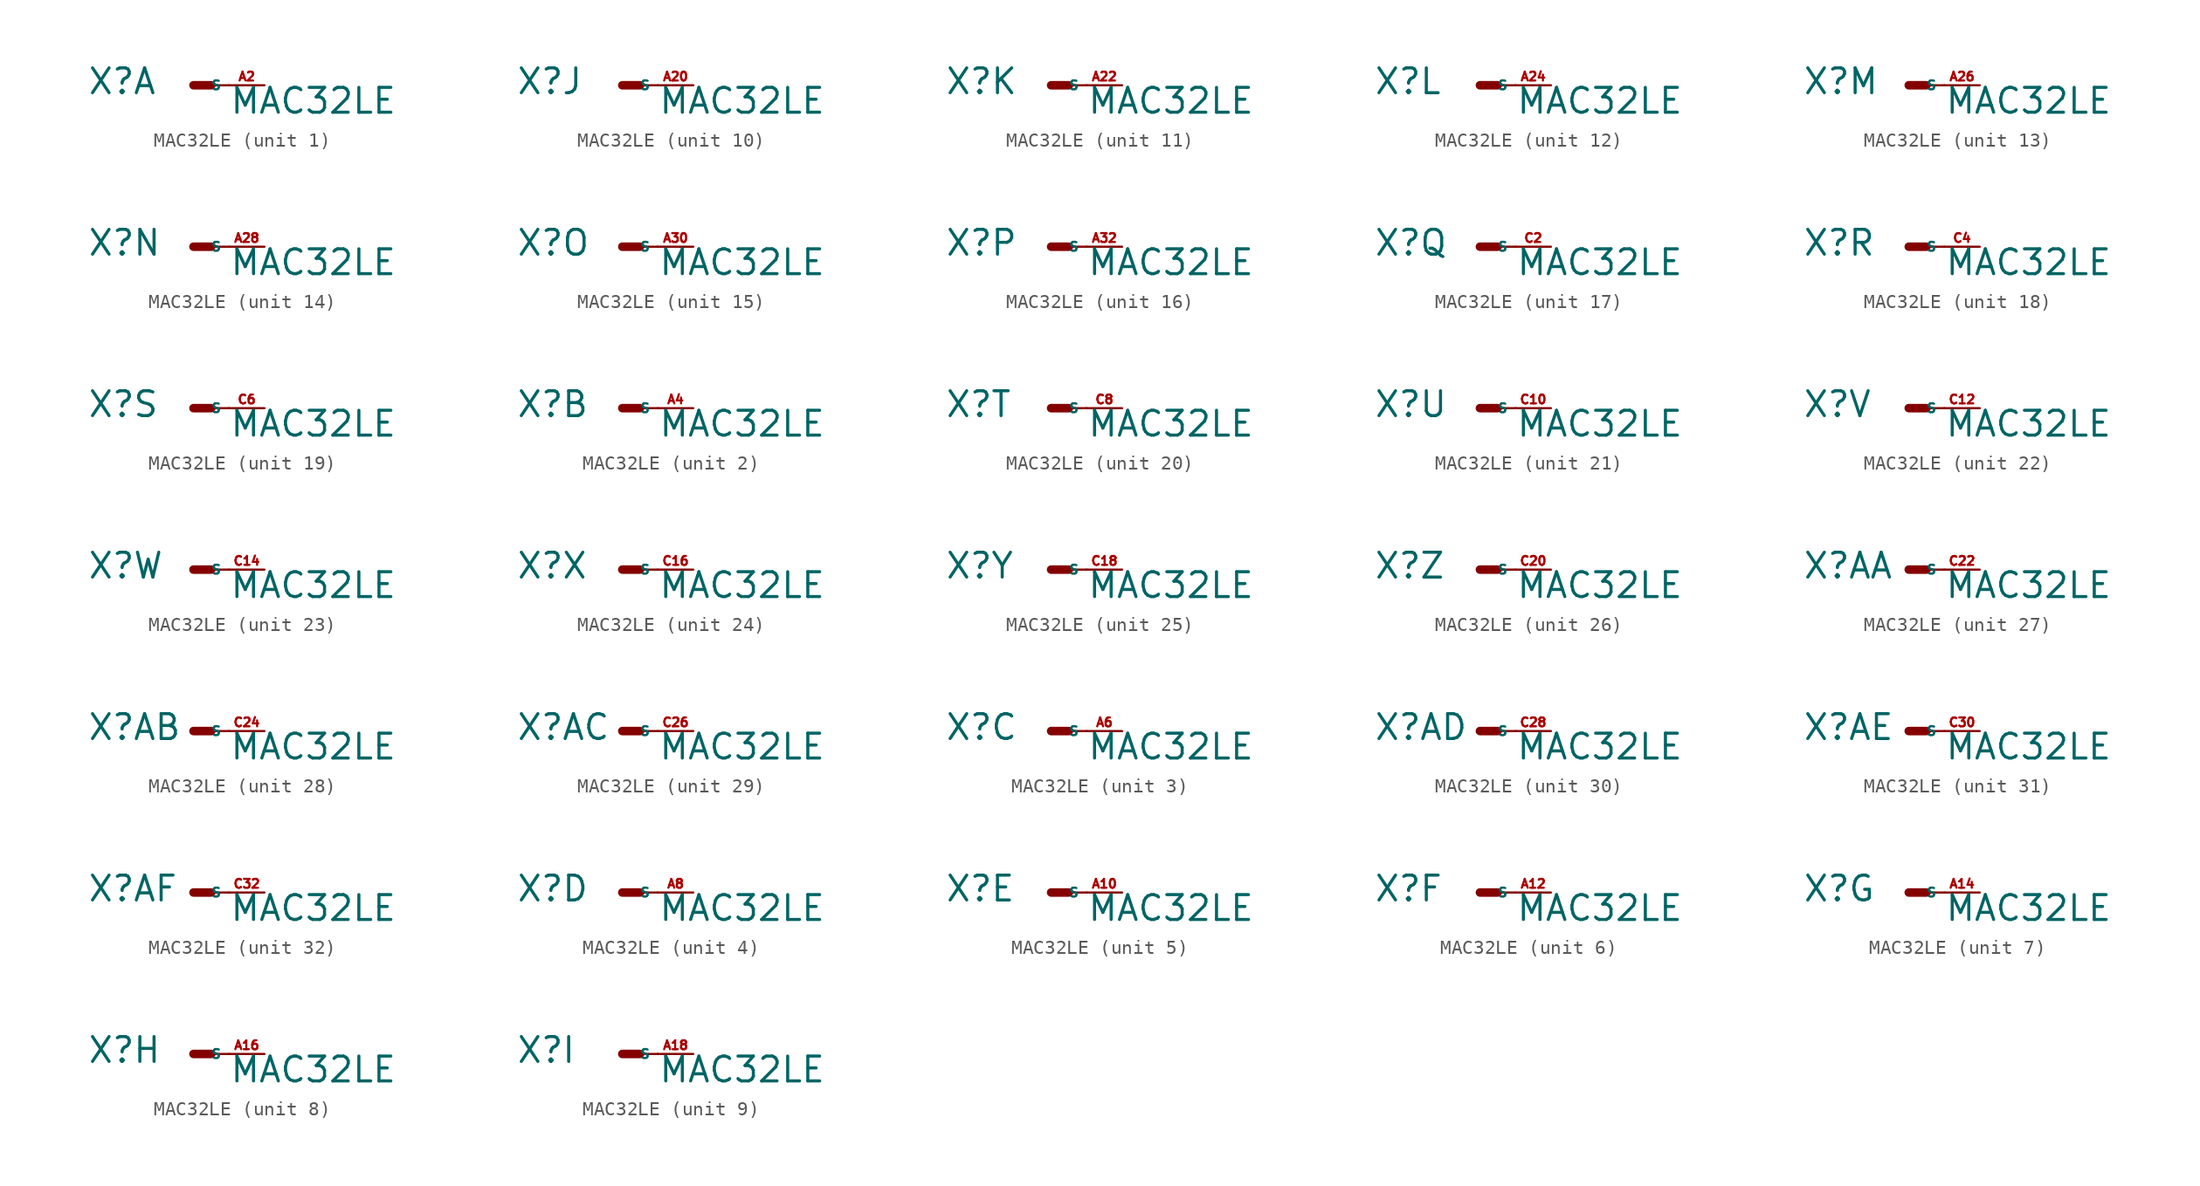
<source format=kicad_sym>
(kicad_symbol_lib
  (version 20220914)
  (generator Eagle2Kicad)
  (symbol "MAC32LE"
    (property "Reference" "X"
      (at -7.62 -0.762 0)
      (effects (font (size 1.778 1.778) (thickness 0.22)) (justify left bottom)))
    (property "Value" "MAC32LE"
      (at 2.54 -2.159 0)
      (effects (font (size 1.778 1.778) (thickness 0.22)) (justify left bottom)))
    (symbol "MAC32LE_1_0"
      (polyline (pts (xy 0 0) (xy 1.27 0)) (stroke (width 0.61) (type default)) (fill (type none)))
      (polyline (pts (xy 2.54 0) (xy 1.27 0)) (stroke (width 0.152) (type default)) (fill (type none)))
      (pin passive line (at 5.08 0 180) (length 2.54) (name "S" (effects (font (size 0.635 0.635) (thickness 0.08)) (justify left bottom))) (number "A2" (effects (font (size 0.635 0.635) (thickness 0.08)) (justify left bottom)))))
    (symbol "MAC32LE_2_0"
      (polyline (pts (xy 0 0) (xy 1.27 0)) (stroke (width 0.61) (type default)) (fill (type none)))
      (polyline (pts (xy 2.54 0) (xy 1.27 0)) (stroke (width 0.152) (type default)) (fill (type none)))
      (pin passive line (at 5.08 0 180) (length 2.54) (name "S" (effects (font (size 0.635 0.635) (thickness 0.08)) (justify left bottom))) (number "A4" (effects (font (size 0.635 0.635) (thickness 0.08)) (justify left bottom)))))
    (symbol "MAC32LE_3_0"
      (polyline (pts (xy 0 0) (xy 1.27 0)) (stroke (width 0.61) (type default)) (fill (type none)))
      (polyline (pts (xy 2.54 0) (xy 1.27 0)) (stroke (width 0.152) (type default)) (fill (type none)))
      (pin passive line (at 5.08 0 180) (length 2.54) (name "S" (effects (font (size 0.635 0.635) (thickness 0.08)) (justify left bottom))) (number "A6" (effects (font (size 0.635 0.635) (thickness 0.08)) (justify left bottom)))))
    (symbol "MAC32LE_4_0"
      (polyline (pts (xy 0 0) (xy 1.27 0)) (stroke (width 0.61) (type default)) (fill (type none)))
      (polyline (pts (xy 2.54 0) (xy 1.27 0)) (stroke (width 0.152) (type default)) (fill (type none)))
      (pin passive line (at 5.08 0 180) (length 2.54) (name "S" (effects (font (size 0.635 0.635) (thickness 0.08)) (justify left bottom))) (number "A8" (effects (font (size 0.635 0.635) (thickness 0.08)) (justify left bottom)))))
    (symbol "MAC32LE_5_0"
      (polyline (pts (xy 0 0) (xy 1.27 0)) (stroke (width 0.61) (type default)) (fill (type none)))
      (polyline (pts (xy 2.54 0) (xy 1.27 0)) (stroke (width 0.152) (type default)) (fill (type none)))
      (pin passive line (at 5.08 0 180) (length 2.54) (name "S" (effects (font (size 0.635 0.635) (thickness 0.08)) (justify left bottom))) (number "A10" (effects (font (size 0.635 0.635) (thickness 0.08)) (justify left bottom)))))
    (symbol "MAC32LE_6_0"
      (polyline (pts (xy 0 0) (xy 1.27 0)) (stroke (width 0.61) (type default)) (fill (type none)))
      (polyline (pts (xy 2.54 0) (xy 1.27 0)) (stroke (width 0.152) (type default)) (fill (type none)))
      (pin passive line (at 5.08 0 180) (length 2.54) (name "S" (effects (font (size 0.635 0.635) (thickness 0.08)) (justify left bottom))) (number "A12" (effects (font (size 0.635 0.635) (thickness 0.08)) (justify left bottom)))))
    (symbol "MAC32LE_7_0"
      (polyline (pts (xy 0 0) (xy 1.27 0)) (stroke (width 0.61) (type default)) (fill (type none)))
      (polyline (pts (xy 2.54 0) (xy 1.27 0)) (stroke (width 0.152) (type default)) (fill (type none)))
      (pin passive line (at 5.08 0 180) (length 2.54) (name "S" (effects (font (size 0.635 0.635) (thickness 0.08)) (justify left bottom))) (number "A14" (effects (font (size 0.635 0.635) (thickness 0.08)) (justify left bottom)))))
    (symbol "MAC32LE_8_0"
      (polyline (pts (xy 0 0) (xy 1.27 0)) (stroke (width 0.61) (type default)) (fill (type none)))
      (polyline (pts (xy 2.54 0) (xy 1.27 0)) (stroke (width 0.152) (type default)) (fill (type none)))
      (pin passive line (at 5.08 0 180) (length 2.54) (name "S" (effects (font (size 0.635 0.635) (thickness 0.08)) (justify left bottom))) (number "A16" (effects (font (size 0.635 0.635) (thickness 0.08)) (justify left bottom)))))
    (symbol "MAC32LE_9_0"
      (polyline (pts (xy 0 0) (xy 1.27 0)) (stroke (width 0.61) (type default)) (fill (type none)))
      (polyline (pts (xy 2.54 0) (xy 1.27 0)) (stroke (width 0.152) (type default)) (fill (type none)))
      (pin passive line (at 5.08 0 180) (length 2.54) (name "S" (effects (font (size 0.635 0.635) (thickness 0.08)) (justify left bottom))) (number "A18" (effects (font (size 0.635 0.635) (thickness 0.08)) (justify left bottom)))))
    (symbol "MAC32LE_10_0"
      (polyline (pts (xy 0 0) (xy 1.27 0)) (stroke (width 0.61) (type default)) (fill (type none)))
      (polyline (pts (xy 2.54 0) (xy 1.27 0)) (stroke (width 0.152) (type default)) (fill (type none)))
      (pin passive line (at 5.08 0 180) (length 2.54) (name "S" (effects (font (size 0.635 0.635) (thickness 0.08)) (justify left bottom))) (number "A20" (effects (font (size 0.635 0.635) (thickness 0.08)) (justify left bottom)))))
    (symbol "MAC32LE_11_0"
      (polyline (pts (xy 0 0) (xy 1.27 0)) (stroke (width 0.61) (type default)) (fill (type none)))
      (polyline (pts (xy 2.54 0) (xy 1.27 0)) (stroke (width 0.152) (type default)) (fill (type none)))
      (pin passive line (at 5.08 0 180) (length 2.54) (name "S" (effects (font (size 0.635 0.635) (thickness 0.08)) (justify left bottom))) (number "A22" (effects (font (size 0.635 0.635) (thickness 0.08)) (justify left bottom)))))
    (symbol "MAC32LE_12_0"
      (polyline (pts (xy 0 0) (xy 1.27 0)) (stroke (width 0.61) (type default)) (fill (type none)))
      (polyline (pts (xy 2.54 0) (xy 1.27 0)) (stroke (width 0.152) (type default)) (fill (type none)))
      (pin passive line (at 5.08 0 180) (length 2.54) (name "S" (effects (font (size 0.635 0.635) (thickness 0.08)) (justify left bottom))) (number "A24" (effects (font (size 0.635 0.635) (thickness 0.08)) (justify left bottom)))))
    (symbol "MAC32LE_13_0"
      (polyline (pts (xy 0 0) (xy 1.27 0)) (stroke (width 0.61) (type default)) (fill (type none)))
      (polyline (pts (xy 2.54 0) (xy 1.27 0)) (stroke (width 0.152) (type default)) (fill (type none)))
      (pin passive line (at 5.08 0 180) (length 2.54) (name "S" (effects (font (size 0.635 0.635) (thickness 0.08)) (justify left bottom))) (number "A26" (effects (font (size 0.635 0.635) (thickness 0.08)) (justify left bottom)))))
    (symbol "MAC32LE_14_0"
      (polyline (pts (xy 0 0) (xy 1.27 0)) (stroke (width 0.61) (type default)) (fill (type none)))
      (polyline (pts (xy 2.54 0) (xy 1.27 0)) (stroke (width 0.152) (type default)) (fill (type none)))
      (pin passive line (at 5.08 0 180) (length 2.54) (name "S" (effects (font (size 0.635 0.635) (thickness 0.08)) (justify left bottom))) (number "A28" (effects (font (size 0.635 0.635) (thickness 0.08)) (justify left bottom)))))
    (symbol "MAC32LE_15_0"
      (polyline (pts (xy 0 0) (xy 1.27 0)) (stroke (width 0.61) (type default)) (fill (type none)))
      (polyline (pts (xy 2.54 0) (xy 1.27 0)) (stroke (width 0.152) (type default)) (fill (type none)))
      (pin passive line (at 5.08 0 180) (length 2.54) (name "S" (effects (font (size 0.635 0.635) (thickness 0.08)) (justify left bottom))) (number "A30" (effects (font (size 0.635 0.635) (thickness 0.08)) (justify left bottom)))))
    (symbol "MAC32LE_16_0"
      (polyline (pts (xy 0 0) (xy 1.27 0)) (stroke (width 0.61) (type default)) (fill (type none)))
      (polyline (pts (xy 2.54 0) (xy 1.27 0)) (stroke (width 0.152) (type default)) (fill (type none)))
      (pin passive line (at 5.08 0 180) (length 2.54) (name "S" (effects (font (size 0.635 0.635) (thickness 0.08)) (justify left bottom))) (number "A32" (effects (font (size 0.635 0.635) (thickness 0.08)) (justify left bottom)))))
    (symbol "MAC32LE_17_0"
      (polyline (pts (xy 0 0) (xy 1.27 0)) (stroke (width 0.61) (type default)) (fill (type none)))
      (polyline (pts (xy 2.54 0) (xy 1.27 0)) (stroke (width 0.152) (type default)) (fill (type none)))
      (pin passive line (at 5.08 0 180) (length 2.54) (name "S" (effects (font (size 0.635 0.635) (thickness 0.08)) (justify left bottom))) (number "C2" (effects (font (size 0.635 0.635) (thickness 0.08)) (justify left bottom)))))
    (symbol "MAC32LE_18_0"
      (polyline (pts (xy 0 0) (xy 1.27 0)) (stroke (width 0.61) (type default)) (fill (type none)))
      (polyline (pts (xy 2.54 0) (xy 1.27 0)) (stroke (width 0.152) (type default)) (fill (type none)))
      (pin passive line (at 5.08 0 180) (length 2.54) (name "S" (effects (font (size 0.635 0.635) (thickness 0.08)) (justify left bottom))) (number "C4" (effects (font (size 0.635 0.635) (thickness 0.08)) (justify left bottom)))))
    (symbol "MAC32LE_19_0"
      (polyline (pts (xy 0 0) (xy 1.27 0)) (stroke (width 0.61) (type default)) (fill (type none)))
      (polyline (pts (xy 2.54 0) (xy 1.27 0)) (stroke (width 0.152) (type default)) (fill (type none)))
      (pin passive line (at 5.08 0 180) (length 2.54) (name "S" (effects (font (size 0.635 0.635) (thickness 0.08)) (justify left bottom))) (number "C6" (effects (font (size 0.635 0.635) (thickness 0.08)) (justify left bottom)))))
    (symbol "MAC32LE_20_0"
      (polyline (pts (xy 0 0) (xy 1.27 0)) (stroke (width 0.61) (type default)) (fill (type none)))
      (polyline (pts (xy 2.54 0) (xy 1.27 0)) (stroke (width 0.152) (type default)) (fill (type none)))
      (pin passive line (at 5.08 0 180) (length 2.54) (name "S" (effects (font (size 0.635 0.635) (thickness 0.08)) (justify left bottom))) (number "C8" (effects (font (size 0.635 0.635) (thickness 0.08)) (justify left bottom)))))
    (symbol "MAC32LE_21_0"
      (polyline (pts (xy 0 0) (xy 1.27 0)) (stroke (width 0.61) (type default)) (fill (type none)))
      (polyline (pts (xy 2.54 0) (xy 1.27 0)) (stroke (width 0.152) (type default)) (fill (type none)))
      (pin passive line (at 5.08 0 180) (length 2.54) (name "S" (effects (font (size 0.635 0.635) (thickness 0.08)) (justify left bottom))) (number "C10" (effects (font (size 0.635 0.635) (thickness 0.08)) (justify left bottom)))))
    (symbol "MAC32LE_22_0"
      (polyline (pts (xy 0 0) (xy 1.27 0)) (stroke (width 0.61) (type default)) (fill (type none)))
      (polyline (pts (xy 2.54 0) (xy 1.27 0)) (stroke (width 0.152) (type default)) (fill (type none)))
      (pin passive line (at 5.08 0 180) (length 2.54) (name "S" (effects (font (size 0.635 0.635) (thickness 0.08)) (justify left bottom))) (number "C12" (effects (font (size 0.635 0.635) (thickness 0.08)) (justify left bottom)))))
    (symbol "MAC32LE_23_0"
      (polyline (pts (xy 0 0) (xy 1.27 0)) (stroke (width 0.61) (type default)) (fill (type none)))
      (polyline (pts (xy 2.54 0) (xy 1.27 0)) (stroke (width 0.152) (type default)) (fill (type none)))
      (pin passive line (at 5.08 0 180) (length 2.54) (name "S" (effects (font (size 0.635 0.635) (thickness 0.08)) (justify left bottom))) (number "C14" (effects (font (size 0.635 0.635) (thickness 0.08)) (justify left bottom)))))
    (symbol "MAC32LE_24_0"
      (polyline (pts (xy 0 0) (xy 1.27 0)) (stroke (width 0.61) (type default)) (fill (type none)))
      (polyline (pts (xy 2.54 0) (xy 1.27 0)) (stroke (width 0.152) (type default)) (fill (type none)))
      (pin passive line (at 5.08 0 180) (length 2.54) (name "S" (effects (font (size 0.635 0.635) (thickness 0.08)) (justify left bottom))) (number "C16" (effects (font (size 0.635 0.635) (thickness 0.08)) (justify left bottom)))))
    (symbol "MAC32LE_25_0"
      (polyline (pts (xy 0 0) (xy 1.27 0)) (stroke (width 0.61) (type default)) (fill (type none)))
      (polyline (pts (xy 2.54 0) (xy 1.27 0)) (stroke (width 0.152) (type default)) (fill (type none)))
      (pin passive line (at 5.08 0 180) (length 2.54) (name "S" (effects (font (size 0.635 0.635) (thickness 0.08)) (justify left bottom))) (number "C18" (effects (font (size 0.635 0.635) (thickness 0.08)) (justify left bottom)))))
    (symbol "MAC32LE_26_0"
      (polyline (pts (xy 0 0) (xy 1.27 0)) (stroke (width 0.61) (type default)) (fill (type none)))
      (polyline (pts (xy 2.54 0) (xy 1.27 0)) (stroke (width 0.152) (type default)) (fill (type none)))
      (pin passive line (at 5.08 0 180) (length 2.54) (name "S" (effects (font (size 0.635 0.635) (thickness 0.08)) (justify left bottom))) (number "C20" (effects (font (size 0.635 0.635) (thickness 0.08)) (justify left bottom)))))
    (symbol "MAC32LE_27_0"
      (polyline (pts (xy 0 0) (xy 1.27 0)) (stroke (width 0.61) (type default)) (fill (type none)))
      (polyline (pts (xy 2.54 0) (xy 1.27 0)) (stroke (width 0.152) (type default)) (fill (type none)))
      (pin passive line (at 5.08 0 180) (length 2.54) (name "S" (effects (font (size 0.635 0.635) (thickness 0.08)) (justify left bottom))) (number "C22" (effects (font (size 0.635 0.635) (thickness 0.08)) (justify left bottom)))))
    (symbol "MAC32LE_28_0"
      (polyline (pts (xy 0 0) (xy 1.27 0)) (stroke (width 0.61) (type default)) (fill (type none)))
      (polyline (pts (xy 2.54 0) (xy 1.27 0)) (stroke (width 0.152) (type default)) (fill (type none)))
      (pin passive line (at 5.08 0 180) (length 2.54) (name "S" (effects (font (size 0.635 0.635) (thickness 0.08)) (justify left bottom))) (number "C24" (effects (font (size 0.635 0.635) (thickness 0.08)) (justify left bottom)))))
    (symbol "MAC32LE_29_0"
      (polyline (pts (xy 0 0) (xy 1.27 0)) (stroke (width 0.61) (type default)) (fill (type none)))
      (polyline (pts (xy 2.54 0) (xy 1.27 0)) (stroke (width 0.152) (type default)) (fill (type none)))
      (pin passive line (at 5.08 0 180) (length 2.54) (name "S" (effects (font (size 0.635 0.635) (thickness 0.08)) (justify left bottom))) (number "C26" (effects (font (size 0.635 0.635) (thickness 0.08)) (justify left bottom)))))
    (symbol "MAC32LE_30_0"
      (polyline (pts (xy 0 0) (xy 1.27 0)) (stroke (width 0.61) (type default)) (fill (type none)))
      (polyline (pts (xy 2.54 0) (xy 1.27 0)) (stroke (width 0.152) (type default)) (fill (type none)))
      (pin passive line (at 5.08 0 180) (length 2.54) (name "S" (effects (font (size 0.635 0.635) (thickness 0.08)) (justify left bottom))) (number "C28" (effects (font (size 0.635 0.635) (thickness 0.08)) (justify left bottom)))))
    (symbol "MAC32LE_31_0"
      (polyline (pts (xy 0 0) (xy 1.27 0)) (stroke (width 0.61) (type default)) (fill (type none)))
      (polyline (pts (xy 2.54 0) (xy 1.27 0)) (stroke (width 0.152) (type default)) (fill (type none)))
      (pin passive line (at 5.08 0 180) (length 2.54) (name "S" (effects (font (size 0.635 0.635) (thickness 0.08)) (justify left bottom))) (number "C30" (effects (font (size 0.635 0.635) (thickness 0.08)) (justify left bottom)))))
    (symbol "MAC32LE_32_0"
      (polyline (pts (xy 0 0) (xy 1.27 0)) (stroke (width 0.61) (type default)) (fill (type none)))
      (polyline (pts (xy 2.54 0) (xy 1.27 0)) (stroke (width 0.152) (type default)) (fill (type none)))
      (pin passive line (at 5.08 0 180) (length 2.54) (name "S" (effects (font (size 0.635 0.635) (thickness 0.08)) (justify left bottom))) (number "C32" (effects (font (size 0.635 0.635) (thickness 0.08)) (justify left bottom)))))))
</source>
